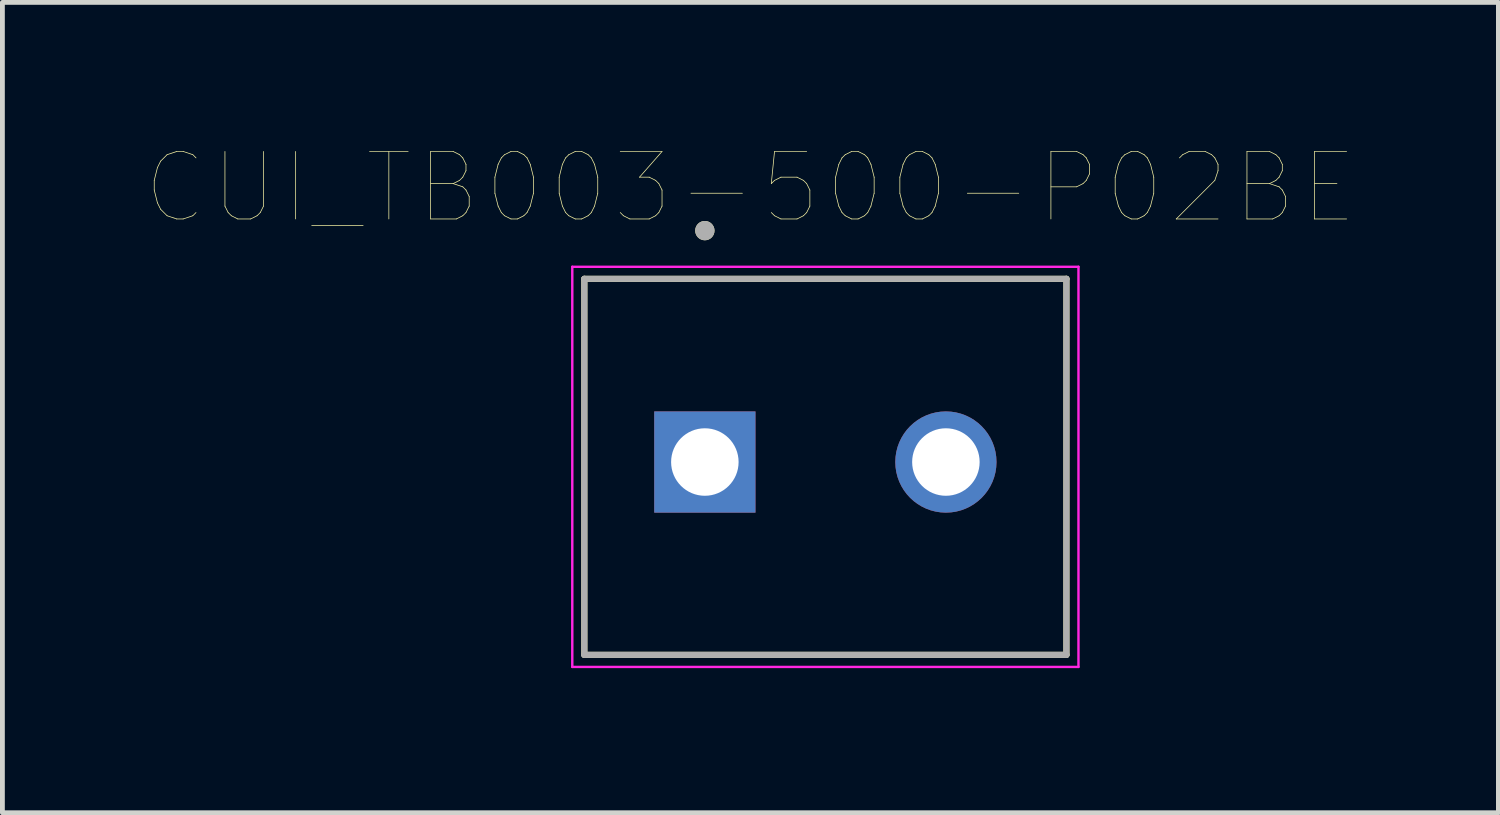
<source format=kicad_pcb>
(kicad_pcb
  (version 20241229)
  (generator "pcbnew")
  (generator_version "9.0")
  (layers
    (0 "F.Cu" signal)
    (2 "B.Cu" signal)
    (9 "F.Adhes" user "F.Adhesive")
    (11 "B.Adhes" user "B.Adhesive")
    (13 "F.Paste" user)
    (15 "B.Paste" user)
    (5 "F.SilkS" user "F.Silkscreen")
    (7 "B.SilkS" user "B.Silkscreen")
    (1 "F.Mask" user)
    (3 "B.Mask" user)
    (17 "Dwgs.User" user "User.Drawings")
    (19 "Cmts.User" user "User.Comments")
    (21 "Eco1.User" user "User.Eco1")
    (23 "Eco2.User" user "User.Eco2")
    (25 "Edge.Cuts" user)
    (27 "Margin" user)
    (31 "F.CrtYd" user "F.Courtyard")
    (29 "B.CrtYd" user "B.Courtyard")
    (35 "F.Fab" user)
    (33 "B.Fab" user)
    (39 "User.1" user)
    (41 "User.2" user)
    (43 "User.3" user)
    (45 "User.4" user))
  (footprint "CUI_TB003-500-P02BE"
    (layer "F.Cu")
    (at 11.571 6.534)
    (property "Reference" "CUI_TB003-500-P02BE" (at 0.945 -5.689 0) (layer "F.SilkS") (effects (font (size 1.4 1.4) (thickness 0.015))))
    (attr through_hole)
    (fp_line (start -2.5 -3.8) (end 7.5 -3.8) (stroke (width 0.127) (type solid)) (layer "F.SilkS"))
    (fp_line (start -2.5 4) (end -2.5 -3.8) (stroke (width 0.127) (type solid)) (layer "F.SilkS"))
    (fp_line (start 7.5 -3.8) (end 7.5 4) (stroke (width 0.127) (type solid)) (layer "F.SilkS"))
    (fp_line (start 7.5 4) (end -2.5 4) (stroke (width 0.127) (type solid)) (layer "F.SilkS"))
    (fp_circle (center 0 -4.8) (end 0.1 -4.8) (stroke (width 0.2) (type solid)) (fill no) (layer "F.SilkS"))
    (fp_line (start -2.75 -4.05) (end 7.75 -4.05) (stroke (width 0.05) (type solid)) (layer "F.CrtYd"))
    (fp_line (start -2.75 4.25) (end -2.75 -4.05) (stroke (width 0.05) (type solid)) (layer "F.CrtYd"))
    (fp_line (start 7.75 -4.05) (end 7.75 4.25) (stroke (width 0.05) (type solid)) (layer "F.CrtYd"))
    (fp_line (start 7.75 4.25) (end -2.75 4.25) (stroke (width 0.05) (type solid)) (layer "F.CrtYd"))
    (fp_line (start -2.5 -3.8) (end 7.5 -3.8) (stroke (width 0.127) (type solid)) (layer "F.Fab"))
    (fp_line (start -2.5 4) (end -2.5 -3.8) (stroke (width 0.127) (type solid)) (layer "F.Fab"))
    (fp_line (start 7.5 -3.8) (end 7.5 4) (stroke (width 0.127) (type solid)) (layer "F.Fab"))
    (fp_line (start 7.5 4) (end -2.5 4) (stroke (width 0.127) (type solid)) (layer "F.Fab"))
    (fp_circle (center 0 -4.8) (end 0.1 -4.8) (stroke (width 0.2) (type solid)) (fill no) (layer "F.Fab"))
    (pad "1" thru_hole rect (at 0 0) (size 2.1 2.1) (drill 1.4) (layers "*.Cu" "*.Mask"))
    (pad "2" thru_hole circle (at 5 0) (size 2.1 2.1) (drill 1.4) (layers "*.Cu" "*.Mask")))
  (gr_rect
    (start -3 -3)
    (end 28.032 13.809)
    (stroke (width 0.1) (type default))
    (fill no)
    (layer "Edge.Cuts")))
</source>
